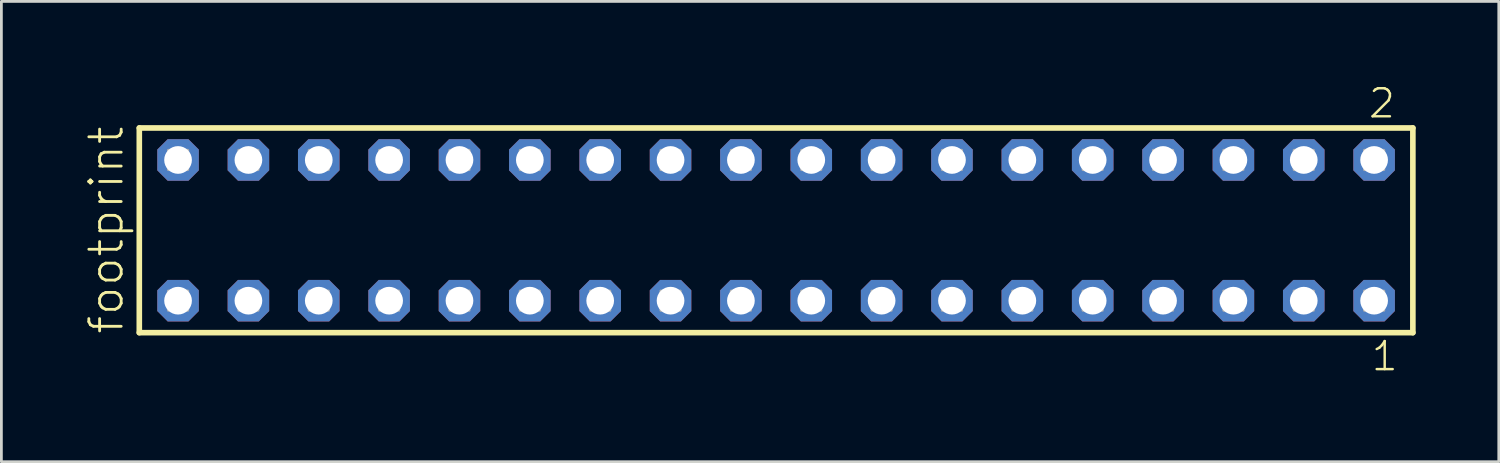
<source format=kicad_pcb>
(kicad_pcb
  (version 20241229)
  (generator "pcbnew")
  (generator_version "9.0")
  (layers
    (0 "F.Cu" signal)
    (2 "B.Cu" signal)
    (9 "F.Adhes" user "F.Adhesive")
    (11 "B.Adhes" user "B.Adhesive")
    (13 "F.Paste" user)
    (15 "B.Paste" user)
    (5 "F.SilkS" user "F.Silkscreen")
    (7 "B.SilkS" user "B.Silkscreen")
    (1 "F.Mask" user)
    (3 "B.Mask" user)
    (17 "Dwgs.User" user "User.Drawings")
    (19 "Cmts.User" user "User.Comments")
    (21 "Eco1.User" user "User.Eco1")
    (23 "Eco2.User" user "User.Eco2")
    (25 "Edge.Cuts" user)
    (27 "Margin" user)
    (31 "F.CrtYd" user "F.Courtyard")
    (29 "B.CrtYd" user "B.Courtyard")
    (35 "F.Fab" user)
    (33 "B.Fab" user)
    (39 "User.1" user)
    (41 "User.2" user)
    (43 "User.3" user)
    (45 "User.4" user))
  (footprint "footprint"
    (layer "F.Cu")
    (at 24.968 5.265)
    (property "Reference" "footprint" (at -23.495 3.81 90) (layer "F.SilkS") (effects (font (size 1.168 1.168) (thickness 0.102)) (justify left bottom)))
    (fp_line (start -22.989 -3.695) (end 22.989 -3.695) (stroke (width 0.203) (type solid)) (layer "F.SilkS"))
    (fp_line (start -22.989 3.695) (end -22.989 -3.695) (stroke (width 0.203) (type solid)) (layer "F.SilkS"))
    (fp_line (start 22.989 -3.695) (end 22.989 3.695) (stroke (width 0.203) (type solid)) (layer "F.SilkS"))
    (fp_line (start 22.989 3.695) (end -22.989 3.695) (stroke (width 0.203) (type solid)) (layer "F.SilkS"))
    (fp_poly (pts (xy -21.94 -2.19) (xy -21.24 -2.19) (xy -21.24 -2.89) (xy -21.94 -2.89)) (stroke (width 0.1) (type solid)) (fill no) (layer "F.Fab"))
    (fp_poly (pts (xy -21.94 2.89) (xy -21.24 2.89) (xy -21.24 2.19) (xy -21.94 2.19)) (stroke (width 0.1) (type solid)) (fill no) (layer "F.Fab"))
    (fp_poly (pts (xy -19.4 -2.19) (xy -18.7 -2.19) (xy -18.7 -2.89) (xy -19.4 -2.89)) (stroke (width 0.1) (type solid)) (fill no) (layer "F.Fab"))
    (fp_poly (pts (xy -19.4 2.89) (xy -18.7 2.89) (xy -18.7 2.19) (xy -19.4 2.19)) (stroke (width 0.1) (type solid)) (fill no) (layer "F.Fab"))
    (fp_poly (pts (xy -16.86 -2.19) (xy -16.16 -2.19) (xy -16.16 -2.89) (xy -16.86 -2.89)) (stroke (width 0.1) (type solid)) (fill no) (layer "F.Fab"))
    (fp_poly (pts (xy -16.86 2.89) (xy -16.16 2.89) (xy -16.16 2.19) (xy -16.86 2.19)) (stroke (width 0.1) (type solid)) (fill no) (layer "F.Fab"))
    (fp_poly (pts (xy -14.32 -2.19) (xy -13.62 -2.19) (xy -13.62 -2.89) (xy -14.32 -2.89)) (stroke (width 0.1) (type solid)) (fill no) (layer "F.Fab"))
    (fp_poly (pts (xy -14.32 2.89) (xy -13.62 2.89) (xy -13.62 2.19) (xy -14.32 2.19)) (stroke (width 0.1) (type solid)) (fill no) (layer "F.Fab"))
    (fp_poly (pts (xy -11.78 -2.19) (xy -11.08 -2.19) (xy -11.08 -2.89) (xy -11.78 -2.89)) (stroke (width 0.1) (type solid)) (fill no) (layer "F.Fab"))
    (fp_poly (pts (xy -11.78 2.89) (xy -11.08 2.89) (xy -11.08 2.19) (xy -11.78 2.19)) (stroke (width 0.1) (type solid)) (fill no) (layer "F.Fab"))
    (fp_poly (pts (xy -9.24 -2.19) (xy -8.54 -2.19) (xy -8.54 -2.89) (xy -9.24 -2.89)) (stroke (width 0.1) (type solid)) (fill no) (layer "F.Fab"))
    (fp_poly (pts (xy -9.24 2.89) (xy -8.54 2.89) (xy -8.54 2.19) (xy -9.24 2.19)) (stroke (width 0.1) (type solid)) (fill no) (layer "F.Fab"))
    (fp_poly (pts (xy -6.7 -2.19) (xy -6 -2.19) (xy -6 -2.89) (xy -6.7 -2.89)) (stroke (width 0.1) (type solid)) (fill no) (layer "F.Fab"))
    (fp_poly (pts (xy -6.7 2.89) (xy -6 2.89) (xy -6 2.19) (xy -6.7 2.19)) (stroke (width 0.1) (type solid)) (fill no) (layer "F.Fab"))
    (fp_poly (pts (xy -4.16 -2.19) (xy -3.46 -2.19) (xy -3.46 -2.89) (xy -4.16 -2.89)) (stroke (width 0.1) (type solid)) (fill no) (layer "F.Fab"))
    (fp_poly (pts (xy -4.16 2.89) (xy -3.46 2.89) (xy -3.46 2.19) (xy -4.16 2.19)) (stroke (width 0.1) (type solid)) (fill no) (layer "F.Fab"))
    (fp_poly (pts (xy -1.62 -2.19) (xy -0.92 -2.19) (xy -0.92 -2.89) (xy -1.62 -2.89)) (stroke (width 0.1) (type solid)) (fill no) (layer "F.Fab"))
    (fp_poly (pts (xy -1.62 2.89) (xy -0.92 2.89) (xy -0.92 2.19) (xy -1.62 2.19)) (stroke (width 0.1) (type solid)) (fill no) (layer "F.Fab"))
    (fp_poly (pts (xy 0.92 -2.19) (xy 1.62 -2.19) (xy 1.62 -2.89) (xy 0.92 -2.89)) (stroke (width 0.1) (type solid)) (fill no) (layer "F.Fab"))
    (fp_poly (pts (xy 0.92 2.89) (xy 1.62 2.89) (xy 1.62 2.19) (xy 0.92 2.19)) (stroke (width 0.1) (type solid)) (fill no) (layer "F.Fab"))
    (fp_poly (pts (xy 3.46 -2.19) (xy 4.16 -2.19) (xy 4.16 -2.89) (xy 3.46 -2.89)) (stroke (width 0.1) (type solid)) (fill no) (layer "F.Fab"))
    (fp_poly (pts (xy 3.46 2.89) (xy 4.16 2.89) (xy 4.16 2.19) (xy 3.46 2.19)) (stroke (width 0.1) (type solid)) (fill no) (layer "F.Fab"))
    (fp_poly (pts (xy 6 -2.19) (xy 6.7 -2.19) (xy 6.7 -2.89) (xy 6 -2.89)) (stroke (width 0.1) (type solid)) (fill no) (layer "F.Fab"))
    (fp_poly (pts (xy 6 2.89) (xy 6.7 2.89) (xy 6.7 2.19) (xy 6 2.19)) (stroke (width 0.1) (type solid)) (fill no) (layer "F.Fab"))
    (fp_poly (pts (xy 8.54 -2.19) (xy 9.24 -2.19) (xy 9.24 -2.89) (xy 8.54 -2.89)) (stroke (width 0.1) (type solid)) (fill no) (layer "F.Fab"))
    (fp_poly (pts (xy 8.54 2.89) (xy 9.24 2.89) (xy 9.24 2.19) (xy 8.54 2.19)) (stroke (width 0.1) (type solid)) (fill no) (layer "F.Fab"))
    (fp_poly (pts (xy 11.08 -2.19) (xy 11.78 -2.19) (xy 11.78 -2.89) (xy 11.08 -2.89)) (stroke (width 0.1) (type solid)) (fill no) (layer "F.Fab"))
    (fp_poly (pts (xy 11.08 2.89) (xy 11.78 2.89) (xy 11.78 2.19) (xy 11.08 2.19)) (stroke (width 0.1) (type solid)) (fill no) (layer "F.Fab"))
    (fp_poly (pts (xy 13.62 -2.19) (xy 14.32 -2.19) (xy 14.32 -2.89) (xy 13.62 -2.89)) (stroke (width 0.1) (type solid)) (fill no) (layer "F.Fab"))
    (fp_poly (pts (xy 13.62 2.89) (xy 14.32 2.89) (xy 14.32 2.19) (xy 13.62 2.19)) (stroke (width 0.1) (type solid)) (fill no) (layer "F.Fab"))
    (fp_poly (pts (xy 16.16 -2.19) (xy 16.86 -2.19) (xy 16.86 -2.89) (xy 16.16 -2.89)) (stroke (width 0.1) (type solid)) (fill no) (layer "F.Fab"))
    (fp_poly (pts (xy 16.16 2.89) (xy 16.86 2.89) (xy 16.86 2.19) (xy 16.16 2.19)) (stroke (width 0.1) (type solid)) (fill no) (layer "F.Fab"))
    (fp_poly (pts (xy 18.7 -2.19) (xy 19.4 -2.19) (xy 19.4 -2.89) (xy 18.7 -2.89)) (stroke (width 0.1) (type solid)) (fill no) (layer "F.Fab"))
    (fp_poly (pts (xy 18.7 2.89) (xy 19.4 2.89) (xy 19.4 2.19) (xy 18.7 2.19)) (stroke (width 0.1) (type solid)) (fill no) (layer "F.Fab"))
    (fp_poly (pts (xy 21.24 -2.19) (xy 21.94 -2.19) (xy 21.94 -2.89) (xy 21.24 -2.89)) (stroke (width 0.1) (type solid)) (fill no) (layer "F.Fab"))
    (fp_poly (pts (xy 21.24 2.89) (xy 21.94 2.89) (xy 21.94 2.19) (xy 21.24 2.19)) (stroke (width 0.1) (type solid)) (fill no) (layer "F.Fab"))
    (fp_text user "1" (at 21.432 5.138 0) (layer "F.SilkS") (effects (font (size 1.012 1.012) (thickness 0.088)) (justify left bottom)))
    (fp_text user "2" (at 21.332 -3.989 0) (layer "F.SilkS") (effects (font (size 1.012 1.012) (thickness 0.088)) (justify left bottom)))
    (pad "1" thru_hole roundrect (at 21.59 2.54 180) (size 1.5 1.5) (drill 1) (layers "*.Cu" "*.Mask") (roundrect_rratio 0.25) (chamfer_ratio 0.25) (chamfer top_left top_right bottom_left bottom_right))
    (pad "2" thru_hole roundrect (at 21.59 -2.54 180) (size 1.5 1.5) (drill 1) (layers "*.Cu" "*.Mask") (roundrect_rratio 0.25) (chamfer_ratio 0.25) (chamfer top_left top_right bottom_left bottom_right))
    (pad "3" thru_hole roundrect (at 19.05 2.54 180) (size 1.5 1.5) (drill 1) (layers "*.Cu" "*.Mask") (roundrect_rratio 0.25) (chamfer_ratio 0.25) (chamfer top_left top_right bottom_left bottom_right))
    (pad "4" thru_hole roundrect (at 19.05 -2.54 180) (size 1.5 1.5) (drill 1) (layers "*.Cu" "*.Mask") (roundrect_rratio 0.25) (chamfer_ratio 0.25) (chamfer top_left top_right bottom_left bottom_right))
    (pad "5" thru_hole roundrect (at 16.51 2.54 180) (size 1.5 1.5) (drill 1) (layers "*.Cu" "*.Mask") (roundrect_rratio 0.25) (chamfer_ratio 0.25) (chamfer top_left top_right bottom_left bottom_right))
    (pad "6" thru_hole roundrect (at 16.51 -2.54 180) (size 1.5 1.5) (drill 1) (layers "*.Cu" "*.Mask") (roundrect_rratio 0.25) (chamfer_ratio 0.25) (chamfer top_left top_right bottom_left bottom_right))
    (pad "7" thru_hole roundrect (at 13.97 2.54 180) (size 1.5 1.5) (drill 1) (layers "*.Cu" "*.Mask") (roundrect_rratio 0.25) (chamfer_ratio 0.25) (chamfer top_left top_right bottom_left bottom_right))
    (pad "8" thru_hole roundrect (at 13.97 -2.54 180) (size 1.5 1.5) (drill 1) (layers "*.Cu" "*.Mask") (roundrect_rratio 0.25) (chamfer_ratio 0.25) (chamfer top_left top_right bottom_left bottom_right))
    (pad "9" thru_hole roundrect (at 11.43 2.54 180) (size 1.5 1.5) (drill 1) (layers "*.Cu" "*.Mask") (roundrect_rratio 0.25) (chamfer_ratio 0.25) (chamfer top_left top_right bottom_left bottom_right))
    (pad "10" thru_hole roundrect (at 11.43 -2.54 180) (size 1.5 1.5) (drill 1) (layers "*.Cu" "*.Mask") (roundrect_rratio 0.25) (chamfer_ratio 0.25) (chamfer top_left top_right bottom_left bottom_right))
    (pad "11" thru_hole roundrect (at 8.89 2.54 180) (size 1.5 1.5) (drill 1) (layers "*.Cu" "*.Mask") (roundrect_rratio 0.25) (chamfer_ratio 0.25) (chamfer top_left top_right bottom_left bottom_right))
    (pad "12" thru_hole roundrect (at 8.89 -2.54 180) (size 1.5 1.5) (drill 1) (layers "*.Cu" "*.Mask") (roundrect_rratio 0.25) (chamfer_ratio 0.25) (chamfer top_left top_right bottom_left bottom_right))
    (pad "13" thru_hole roundrect (at 6.35 2.54 180) (size 1.5 1.5) (drill 1) (layers "*.Cu" "*.Mask") (roundrect_rratio 0.25) (chamfer_ratio 0.25) (chamfer top_left top_right bottom_left bottom_right))
    (pad "14" thru_hole roundrect (at 6.35 -2.54 180) (size 1.5 1.5) (drill 1) (layers "*.Cu" "*.Mask") (roundrect_rratio 0.25) (chamfer_ratio 0.25) (chamfer top_left top_right bottom_left bottom_right))
    (pad "15" thru_hole roundrect (at 3.81 2.54 180) (size 1.5 1.5) (drill 1) (layers "*.Cu" "*.Mask") (roundrect_rratio 0.25) (chamfer_ratio 0.25) (chamfer top_left top_right bottom_left bottom_right))
    (pad "16" thru_hole roundrect (at 3.81 -2.54 180) (size 1.5 1.5) (drill 1) (layers "*.Cu" "*.Mask") (roundrect_rratio 0.25) (chamfer_ratio 0.25) (chamfer top_left top_right bottom_left bottom_right))
    (pad "17" thru_hole roundrect (at 1.27 2.54 180) (size 1.5 1.5) (drill 1) (layers "*.Cu" "*.Mask") (roundrect_rratio 0.25) (chamfer_ratio 0.25) (chamfer top_left top_right bottom_left bottom_right))
    (pad "18" thru_hole roundrect (at 1.27 -2.54 180) (size 1.5 1.5) (drill 1) (layers "*.Cu" "*.Mask") (roundrect_rratio 0.25) (chamfer_ratio 0.25) (chamfer top_left top_right bottom_left bottom_right))
    (pad "19" thru_hole roundrect (at -1.27 2.54 180) (size 1.5 1.5) (drill 1) (layers "*.Cu" "*.Mask") (roundrect_rratio 0.25) (chamfer_ratio 0.25) (chamfer top_left top_right bottom_left bottom_right))
    (pad "20" thru_hole roundrect (at -1.27 -2.54 180) (size 1.5 1.5) (drill 1) (layers "*.Cu" "*.Mask") (roundrect_rratio 0.25) (chamfer_ratio 0.25) (chamfer top_left top_right bottom_left bottom_right))
    (pad "21" thru_hole roundrect (at -3.81 2.54 180) (size 1.5 1.5) (drill 1) (layers "*.Cu" "*.Mask") (roundrect_rratio 0.25) (chamfer_ratio 0.25) (chamfer top_left top_right bottom_left bottom_right))
    (pad "22" thru_hole roundrect (at -3.81 -2.54 180) (size 1.5 1.5) (drill 1) (layers "*.Cu" "*.Mask") (roundrect_rratio 0.25) (chamfer_ratio 0.25) (chamfer top_left top_right bottom_left bottom_right))
    (pad "23" thru_hole roundrect (at -6.35 2.54 180) (size 1.5 1.5) (drill 1) (layers "*.Cu" "*.Mask") (roundrect_rratio 0.25) (chamfer_ratio 0.25) (chamfer top_left top_right bottom_left bottom_right))
    (pad "24" thru_hole roundrect (at -6.35 -2.54 180) (size 1.5 1.5) (drill 1) (layers "*.Cu" "*.Mask") (roundrect_rratio 0.25) (chamfer_ratio 0.25) (chamfer top_left top_right bottom_left bottom_right))
    (pad "25" thru_hole roundrect (at -8.89 2.54 180) (size 1.5 1.5) (drill 1) (layers "*.Cu" "*.Mask") (roundrect_rratio 0.25) (chamfer_ratio 0.25) (chamfer top_left top_right bottom_left bottom_right))
    (pad "26" thru_hole roundrect (at -8.89 -2.54 180) (size 1.5 1.5) (drill 1) (layers "*.Cu" "*.Mask") (roundrect_rratio 0.25) (chamfer_ratio 0.25) (chamfer top_left top_right bottom_left bottom_right))
    (pad "27" thru_hole roundrect (at -11.43 2.54 180) (size 1.5 1.5) (drill 1) (layers "*.Cu" "*.Mask") (roundrect_rratio 0.25) (chamfer_ratio 0.25) (chamfer top_left top_right bottom_left bottom_right))
    (pad "28" thru_hole roundrect (at -11.43 -2.54 180) (size 1.5 1.5) (drill 1) (layers "*.Cu" "*.Mask") (roundrect_rratio 0.25) (chamfer_ratio 0.25) (chamfer top_left top_right bottom_left bottom_right))
    (pad "29" thru_hole roundrect (at -13.97 2.54 180) (size 1.5 1.5) (drill 1) (layers "*.Cu" "*.Mask") (roundrect_rratio 0.25) (chamfer_ratio 0.25) (chamfer top_left top_right bottom_left bottom_right))
    (pad "30" thru_hole roundrect (at -13.97 -2.54 180) (size 1.5 1.5) (drill 1) (layers "*.Cu" "*.Mask") (roundrect_rratio 0.25) (chamfer_ratio 0.25) (chamfer top_left top_right bottom_left bottom_right))
    (pad "31" thru_hole roundrect (at -16.51 2.54 180) (size 1.5 1.5) (drill 1) (layers "*.Cu" "*.Mask") (roundrect_rratio 0.25) (chamfer_ratio 0.25) (chamfer top_left top_right bottom_left bottom_right))
    (pad "32" thru_hole roundrect (at -16.51 -2.54 180) (size 1.5 1.5) (drill 1) (layers "*.Cu" "*.Mask") (roundrect_rratio 0.25) (chamfer_ratio 0.25) (chamfer top_left top_right bottom_left bottom_right))
    (pad "33" thru_hole roundrect (at -19.05 2.54 180) (size 1.5 1.5) (drill 1) (layers "*.Cu" "*.Mask") (roundrect_rratio 0.25) (chamfer_ratio 0.25) (chamfer top_left top_right bottom_left bottom_right))
    (pad "34" thru_hole roundrect (at -19.05 -2.54 180) (size 1.5 1.5) (drill 1) (layers "*.Cu" "*.Mask") (roundrect_rratio 0.25) (chamfer_ratio 0.25) (chamfer top_left top_right bottom_left bottom_right))
    (pad "35" thru_hole roundrect (at -21.59 2.54 180) (size 1.5 1.5) (drill 1) (layers "*.Cu" "*.Mask") (roundrect_rratio 0.25) (chamfer_ratio 0.25) (chamfer top_left top_right bottom_left bottom_right))
    (pad "36" thru_hole roundrect (at -21.59 -2.54 180) (size 1.5 1.5) (drill 1) (layers "*.Cu" "*.Mask") (roundrect_rratio 0.25) (chamfer_ratio 0.25) (chamfer top_left top_right bottom_left bottom_right)))
  (gr_rect
    (start -3 -3)
    (end 51.059 13.62)
    (stroke (width 0.1) (type default))
    (fill no)
    (layer "Edge.Cuts")))
</source>
